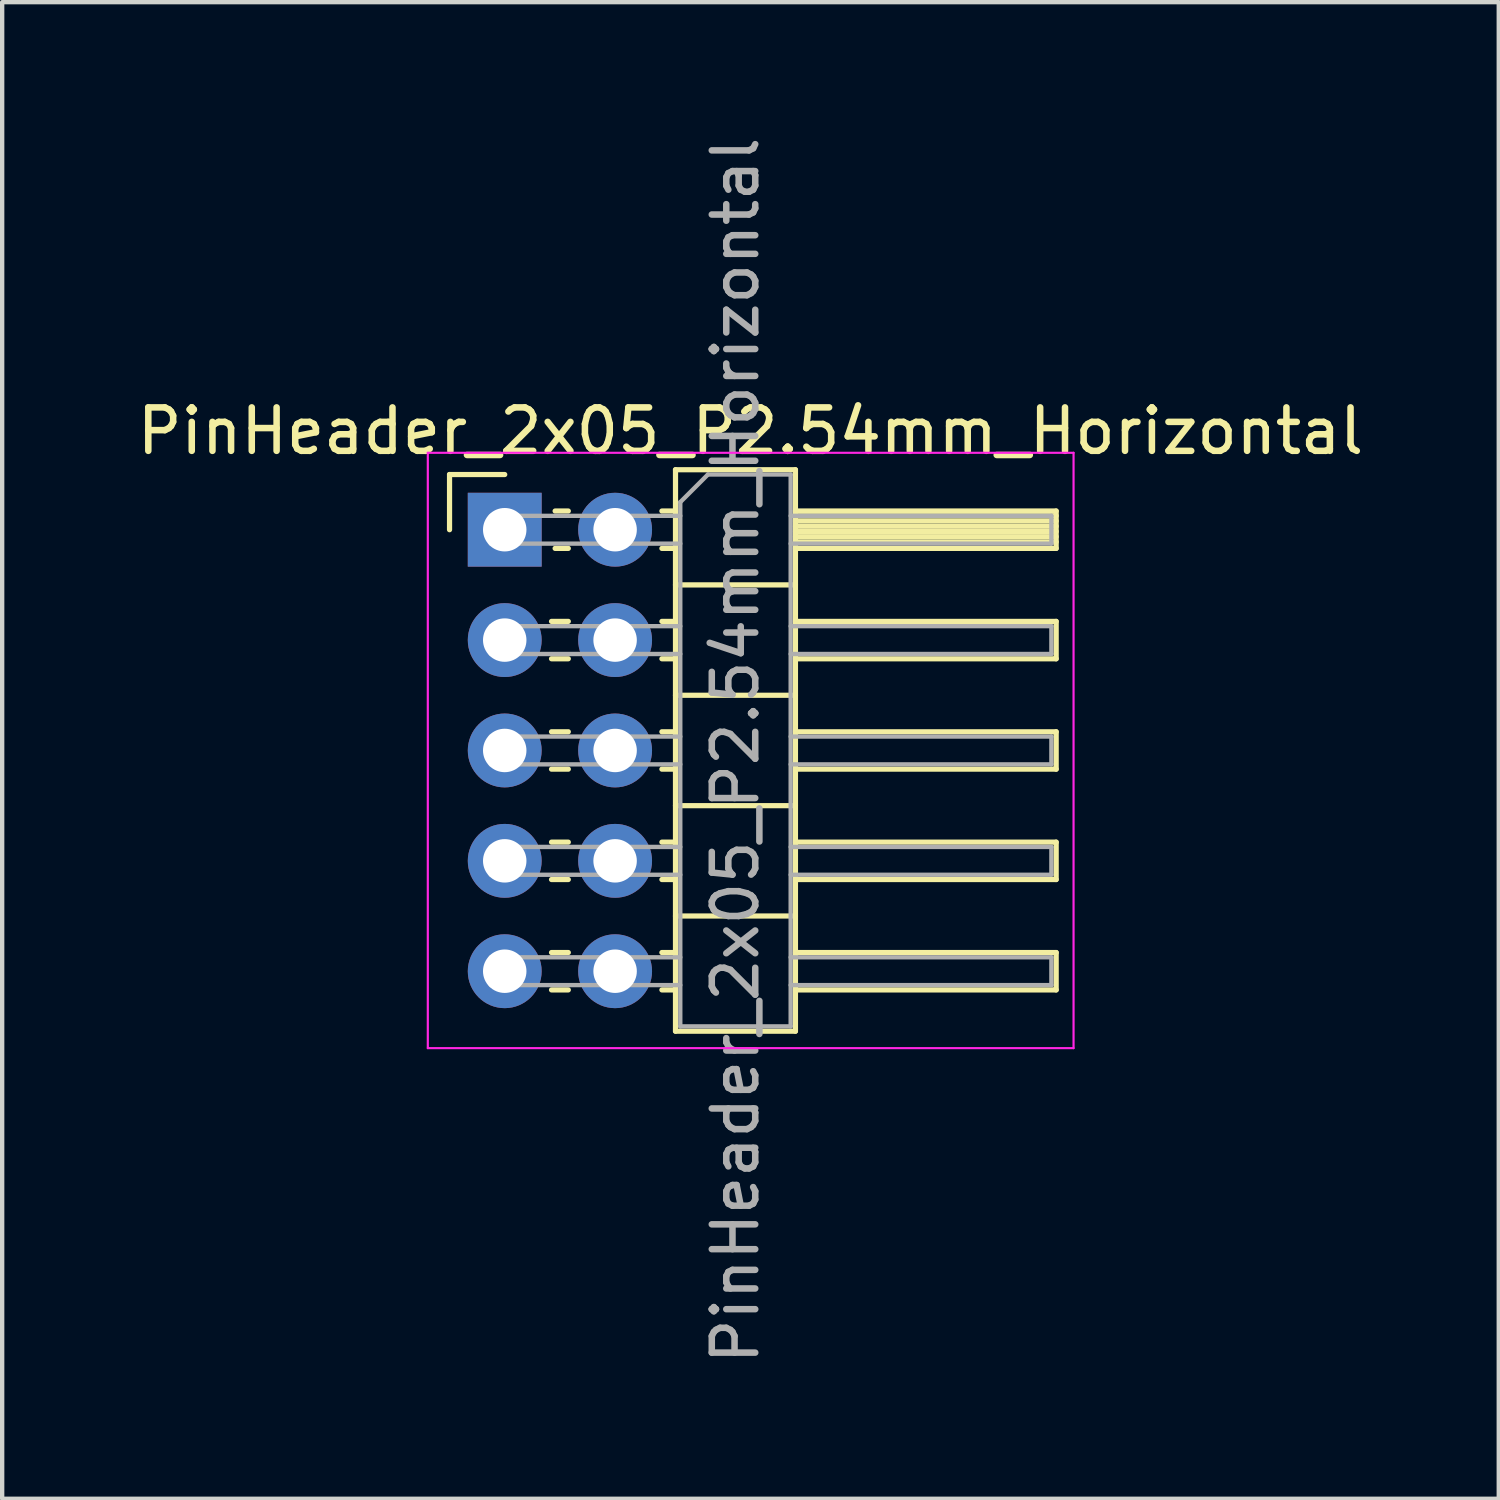
<source format=kicad_pcb>
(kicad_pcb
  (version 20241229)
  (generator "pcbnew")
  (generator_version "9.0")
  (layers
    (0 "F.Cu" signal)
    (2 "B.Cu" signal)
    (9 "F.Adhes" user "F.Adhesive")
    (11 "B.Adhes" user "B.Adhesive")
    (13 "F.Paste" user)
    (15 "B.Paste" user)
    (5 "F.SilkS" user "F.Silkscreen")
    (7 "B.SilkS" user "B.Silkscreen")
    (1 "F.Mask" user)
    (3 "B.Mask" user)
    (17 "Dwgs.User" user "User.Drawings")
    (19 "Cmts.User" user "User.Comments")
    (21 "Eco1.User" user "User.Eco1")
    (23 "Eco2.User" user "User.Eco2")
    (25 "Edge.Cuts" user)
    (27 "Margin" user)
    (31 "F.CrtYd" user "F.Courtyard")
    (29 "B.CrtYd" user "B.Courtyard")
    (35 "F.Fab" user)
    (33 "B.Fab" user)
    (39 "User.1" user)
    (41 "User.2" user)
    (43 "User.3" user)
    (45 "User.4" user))
  (footprint "PinHeader_2x05_P2.54mm_Horizontal"
    (layer "F.Cu")
    (at 8.565 9.14)
    (property "Reference" "PinHeader_2x05_P2.54mm_Horizontal" (at 5.655 -2.27 0) (layer "F.SilkS") (effects (font (size 1 1) (thickness 0.15))))
    (attr through_hole)
    (fp_line (start -1.27 -1.27) (end 0 -1.27) (stroke (width 0.12) (type solid)) (layer "F.SilkS"))
    (fp_line (start -1.27 0) (end -1.27 -1.27) (stroke (width 0.12) (type solid)) (layer "F.SilkS"))
    (fp_line (start 1.077 2.11) (end 1.463 2.11) (stroke (width 0.12) (type solid)) (layer "F.SilkS"))
    (fp_line (start 1.077 2.97) (end 1.463 2.97) (stroke (width 0.12) (type solid)) (layer "F.SilkS"))
    (fp_line (start 1.077 4.65) (end 1.463 4.65) (stroke (width 0.12) (type solid)) (layer "F.SilkS"))
    (fp_line (start 1.077 5.51) (end 1.463 5.51) (stroke (width 0.12) (type solid)) (layer "F.SilkS"))
    (fp_line (start 1.077 7.19) (end 1.463 7.19) (stroke (width 0.12) (type solid)) (layer "F.SilkS"))
    (fp_line (start 1.077 8.05) (end 1.463 8.05) (stroke (width 0.12) (type solid)) (layer "F.SilkS"))
    (fp_line (start 1.077 9.73) (end 1.463 9.73) (stroke (width 0.12) (type solid)) (layer "F.SilkS"))
    (fp_line (start 1.077 10.59) (end 1.463 10.59) (stroke (width 0.12) (type solid)) (layer "F.SilkS"))
    (fp_line (start 1.16 -0.43) (end 1.463 -0.43) (stroke (width 0.12) (type solid)) (layer "F.SilkS"))
    (fp_line (start 1.16 0.43) (end 1.463 0.43) (stroke (width 0.12) (type solid)) (layer "F.SilkS"))
    (fp_line (start 3.617 -0.43) (end 3.93 -0.43) (stroke (width 0.12) (type solid)) (layer "F.SilkS"))
    (fp_line (start 3.617 0.43) (end 3.93 0.43) (stroke (width 0.12) (type solid)) (layer "F.SilkS"))
    (fp_line (start 3.617 2.11) (end 3.93 2.11) (stroke (width 0.12) (type solid)) (layer "F.SilkS"))
    (fp_line (start 3.617 2.97) (end 3.93 2.97) (stroke (width 0.12) (type solid)) (layer "F.SilkS"))
    (fp_line (start 3.617 4.65) (end 3.93 4.65) (stroke (width 0.12) (type solid)) (layer "F.SilkS"))
    (fp_line (start 3.617 5.51) (end 3.93 5.51) (stroke (width 0.12) (type solid)) (layer "F.SilkS"))
    (fp_line (start 3.617 7.19) (end 3.93 7.19) (stroke (width 0.12) (type solid)) (layer "F.SilkS"))
    (fp_line (start 3.617 8.05) (end 3.93 8.05) (stroke (width 0.12) (type solid)) (layer "F.SilkS"))
    (fp_line (start 3.617 9.73) (end 3.93 9.73) (stroke (width 0.12) (type solid)) (layer "F.SilkS"))
    (fp_line (start 3.617 10.59) (end 3.93 10.59) (stroke (width 0.12) (type solid)) (layer "F.SilkS"))
    (fp_line (start 3.93 -1.38) (end 3.93 11.54) (stroke (width 0.12) (type solid)) (layer "F.SilkS"))
    (fp_line (start 3.93 1.27) (end 6.69 1.27) (stroke (width 0.12) (type solid)) (layer "F.SilkS"))
    (fp_line (start 3.93 3.81) (end 6.69 3.81) (stroke (width 0.12) (type solid)) (layer "F.SilkS"))
    (fp_line (start 3.93 6.35) (end 6.69 6.35) (stroke (width 0.12) (type solid)) (layer "F.SilkS"))
    (fp_line (start 3.93 8.89) (end 6.69 8.89) (stroke (width 0.12) (type solid)) (layer "F.SilkS"))
    (fp_line (start 3.93 11.54) (end 6.69 11.54) (stroke (width 0.12) (type solid)) (layer "F.SilkS"))
    (fp_line (start 6.69 -1.38) (end 3.93 -1.38) (stroke (width 0.12) (type solid)) (layer "F.SilkS"))
    (fp_line (start 6.69 -0.43) (end 12.69 -0.43) (stroke (width 0.12) (type solid)) (layer "F.SilkS"))
    (fp_line (start 6.69 -0.32) (end 12.69 -0.32) (stroke (width 0.12) (type solid)) (layer "F.SilkS"))
    (fp_line (start 6.69 -0.2) (end 12.69 -0.2) (stroke (width 0.12) (type solid)) (layer "F.SilkS"))
    (fp_line (start 6.69 -0.08) (end 12.69 -0.08) (stroke (width 0.12) (type solid)) (layer "F.SilkS"))
    (fp_line (start 6.69 0.04) (end 12.69 0.04) (stroke (width 0.12) (type solid)) (layer "F.SilkS"))
    (fp_line (start 6.69 0.16) (end 12.69 0.16) (stroke (width 0.12) (type solid)) (layer "F.SilkS"))
    (fp_line (start 6.69 0.28) (end 12.69 0.28) (stroke (width 0.12) (type solid)) (layer "F.SilkS"))
    (fp_line (start 6.69 2.11) (end 12.69 2.11) (stroke (width 0.12) (type solid)) (layer "F.SilkS"))
    (fp_line (start 6.69 4.65) (end 12.69 4.65) (stroke (width 0.12) (type solid)) (layer "F.SilkS"))
    (fp_line (start 6.69 7.19) (end 12.69 7.19) (stroke (width 0.12) (type solid)) (layer "F.SilkS"))
    (fp_line (start 6.69 9.73) (end 12.69 9.73) (stroke (width 0.12) (type solid)) (layer "F.SilkS"))
    (fp_line (start 6.69 11.54) (end 6.69 -1.38) (stroke (width 0.12) (type solid)) (layer "F.SilkS"))
    (fp_line (start 12.69 -0.43) (end 12.69 0.43) (stroke (width 0.12) (type solid)) (layer "F.SilkS"))
    (fp_line (start 12.69 0.43) (end 6.69 0.43) (stroke (width 0.12) (type solid)) (layer "F.SilkS"))
    (fp_line (start 12.69 2.11) (end 12.69 2.97) (stroke (width 0.12) (type solid)) (layer "F.SilkS"))
    (fp_line (start 12.69 2.97) (end 6.69 2.97) (stroke (width 0.12) (type solid)) (layer "F.SilkS"))
    (fp_line (start 12.69 4.65) (end 12.69 5.51) (stroke (width 0.12) (type solid)) (layer "F.SilkS"))
    (fp_line (start 12.69 5.51) (end 6.69 5.51) (stroke (width 0.12) (type solid)) (layer "F.SilkS"))
    (fp_line (start 12.69 7.19) (end 12.69 8.05) (stroke (width 0.12) (type solid)) (layer "F.SilkS"))
    (fp_line (start 12.69 8.05) (end 6.69 8.05) (stroke (width 0.12) (type solid)) (layer "F.SilkS"))
    (fp_line (start 12.69 9.73) (end 12.69 10.59) (stroke (width 0.12) (type solid)) (layer "F.SilkS"))
    (fp_line (start 12.69 10.59) (end 6.69 10.59) (stroke (width 0.12) (type solid)) (layer "F.SilkS"))
    (fp_line (start -1.77 -1.77) (end -1.77 11.93) (stroke (width 0.05) (type solid)) (layer "F.CrtYd"))
    (fp_line (start -1.77 11.93) (end 13.09 11.93) (stroke (width 0.05) (type solid)) (layer "F.CrtYd"))
    (fp_line (start 13.09 -1.77) (end -1.77 -1.77) (stroke (width 0.05) (type solid)) (layer "F.CrtYd"))
    (fp_line (start 13.09 11.93) (end 13.09 -1.77) (stroke (width 0.05) (type solid)) (layer "F.CrtYd"))
    (fp_line (start -0.32 -0.32) (end -0.32 0.32) (stroke (width 0.1) (type solid)) (layer "F.Fab"))
    (fp_line (start -0.32 -0.32) (end 4.04 -0.32) (stroke (width 0.1) (type solid)) (layer "F.Fab"))
    (fp_line (start -0.32 0.32) (end 4.04 0.32) (stroke (width 0.1) (type solid)) (layer "F.Fab"))
    (fp_line (start -0.32 2.22) (end -0.32 2.86) (stroke (width 0.1) (type solid)) (layer "F.Fab"))
    (fp_line (start -0.32 2.22) (end 4.04 2.22) (stroke (width 0.1) (type solid)) (layer "F.Fab"))
    (fp_line (start -0.32 2.86) (end 4.04 2.86) (stroke (width 0.1) (type solid)) (layer "F.Fab"))
    (fp_line (start -0.32 4.76) (end -0.32 5.4) (stroke (width 0.1) (type solid)) (layer "F.Fab"))
    (fp_line (start -0.32 4.76) (end 4.04 4.76) (stroke (width 0.1) (type solid)) (layer "F.Fab"))
    (fp_line (start -0.32 5.4) (end 4.04 5.4) (stroke (width 0.1) (type solid)) (layer "F.Fab"))
    (fp_line (start -0.32 7.3) (end -0.32 7.94) (stroke (width 0.1) (type solid)) (layer "F.Fab"))
    (fp_line (start -0.32 7.3) (end 4.04 7.3) (stroke (width 0.1) (type solid)) (layer "F.Fab"))
    (fp_line (start -0.32 7.94) (end 4.04 7.94) (stroke (width 0.1) (type solid)) (layer "F.Fab"))
    (fp_line (start -0.32 9.84) (end -0.32 10.48) (stroke (width 0.1) (type solid)) (layer "F.Fab"))
    (fp_line (start -0.32 9.84) (end 4.04 9.84) (stroke (width 0.1) (type solid)) (layer "F.Fab"))
    (fp_line (start -0.32 10.48) (end 4.04 10.48) (stroke (width 0.1) (type solid)) (layer "F.Fab"))
    (fp_line (start 4.04 -0.635) (end 4.675 -1.27) (stroke (width 0.1) (type solid)) (layer "F.Fab"))
    (fp_line (start 4.04 11.43) (end 4.04 -0.635) (stroke (width 0.1) (type solid)) (layer "F.Fab"))
    (fp_line (start 4.675 -1.27) (end 6.58 -1.27) (stroke (width 0.1) (type solid)) (layer "F.Fab"))
    (fp_line (start 6.58 -1.27) (end 6.58 11.43) (stroke (width 0.1) (type solid)) (layer "F.Fab"))
    (fp_line (start 6.58 -0.32) (end 12.58 -0.32) (stroke (width 0.1) (type solid)) (layer "F.Fab"))
    (fp_line (start 6.58 0.32) (end 12.58 0.32) (stroke (width 0.1) (type solid)) (layer "F.Fab"))
    (fp_line (start 6.58 2.22) (end 12.58 2.22) (stroke (width 0.1) (type solid)) (layer "F.Fab"))
    (fp_line (start 6.58 2.86) (end 12.58 2.86) (stroke (width 0.1) (type solid)) (layer "F.Fab"))
    (fp_line (start 6.58 4.76) (end 12.58 4.76) (stroke (width 0.1) (type solid)) (layer "F.Fab"))
    (fp_line (start 6.58 5.4) (end 12.58 5.4) (stroke (width 0.1) (type solid)) (layer "F.Fab"))
    (fp_line (start 6.58 7.3) (end 12.58 7.3) (stroke (width 0.1) (type solid)) (layer "F.Fab"))
    (fp_line (start 6.58 7.94) (end 12.58 7.94) (stroke (width 0.1) (type solid)) (layer "F.Fab"))
    (fp_line (start 6.58 9.84) (end 12.58 9.84) (stroke (width 0.1) (type solid)) (layer "F.Fab"))
    (fp_line (start 6.58 10.48) (end 12.58 10.48) (stroke (width 0.1) (type solid)) (layer "F.Fab"))
    (fp_line (start 6.58 11.43) (end 4.04 11.43) (stroke (width 0.1) (type solid)) (layer "F.Fab"))
    (fp_line (start 12.58 -0.32) (end 12.58 0.32) (stroke (width 0.1) (type solid)) (layer "F.Fab"))
    (fp_line (start 12.58 2.22) (end 12.58 2.86) (stroke (width 0.1) (type solid)) (layer "F.Fab"))
    (fp_line (start 12.58 4.76) (end 12.58 5.4) (stroke (width 0.1) (type solid)) (layer "F.Fab"))
    (fp_line (start 12.58 7.3) (end 12.58 7.94) (stroke (width 0.1) (type solid)) (layer "F.Fab"))
    (fp_line (start 12.58 9.84) (end 12.58 10.48) (stroke (width 0.1) (type solid)) (layer "F.Fab"))
    (fp_text user "${REFERENCE}" (at 5.31 5.08 90) (layer "F.Fab") (effects (font (size 1 1) (thickness 0.15))))
    (pad "1" thru_hole rect (at 0 0) (size 1.7 1.7) (drill 1) (layers "*.Cu" "*.Mask"))
    (pad "2" thru_hole circle (at 2.54 0) (size 1.7 1.7) (drill 1) (layers "*.Cu" "*.Mask"))
    (pad "3" thru_hole circle (at 0 2.54) (size 1.7 1.7) (drill 1) (layers "*.Cu" "*.Mask"))
    (pad "4" thru_hole circle (at 2.54 2.54) (size 1.7 1.7) (drill 1) (layers "*.Cu" "*.Mask"))
    (pad "5" thru_hole circle (at 0 5.08) (size 1.7 1.7) (drill 1) (layers "*.Cu" "*.Mask"))
    (pad "6" thru_hole circle (at 2.54 5.08) (size 1.7 1.7) (drill 1) (layers "*.Cu" "*.Mask"))
    (pad "7" thru_hole circle (at 0 7.62) (size 1.7 1.7) (drill 1) (layers "*.Cu" "*.Mask"))
    (pad "8" thru_hole circle (at 2.54 7.62) (size 1.7 1.7) (drill 1) (layers "*.Cu" "*.Mask"))
    (pad "9" thru_hole circle (at 0 10.16) (size 1.7 1.7) (drill 1) (layers "*.Cu" "*.Mask"))
    (pad "10" thru_hole circle (at 2.54 10.16) (size 1.7 1.7) (drill 1) (layers "*.Cu" "*.Mask")))
  (gr_rect
    (start -3 -3)
    (end 31.44 31.44)
    (stroke (width 0.1) (type default))
    (fill no)
    (layer "Edge.Cuts")))
</source>
